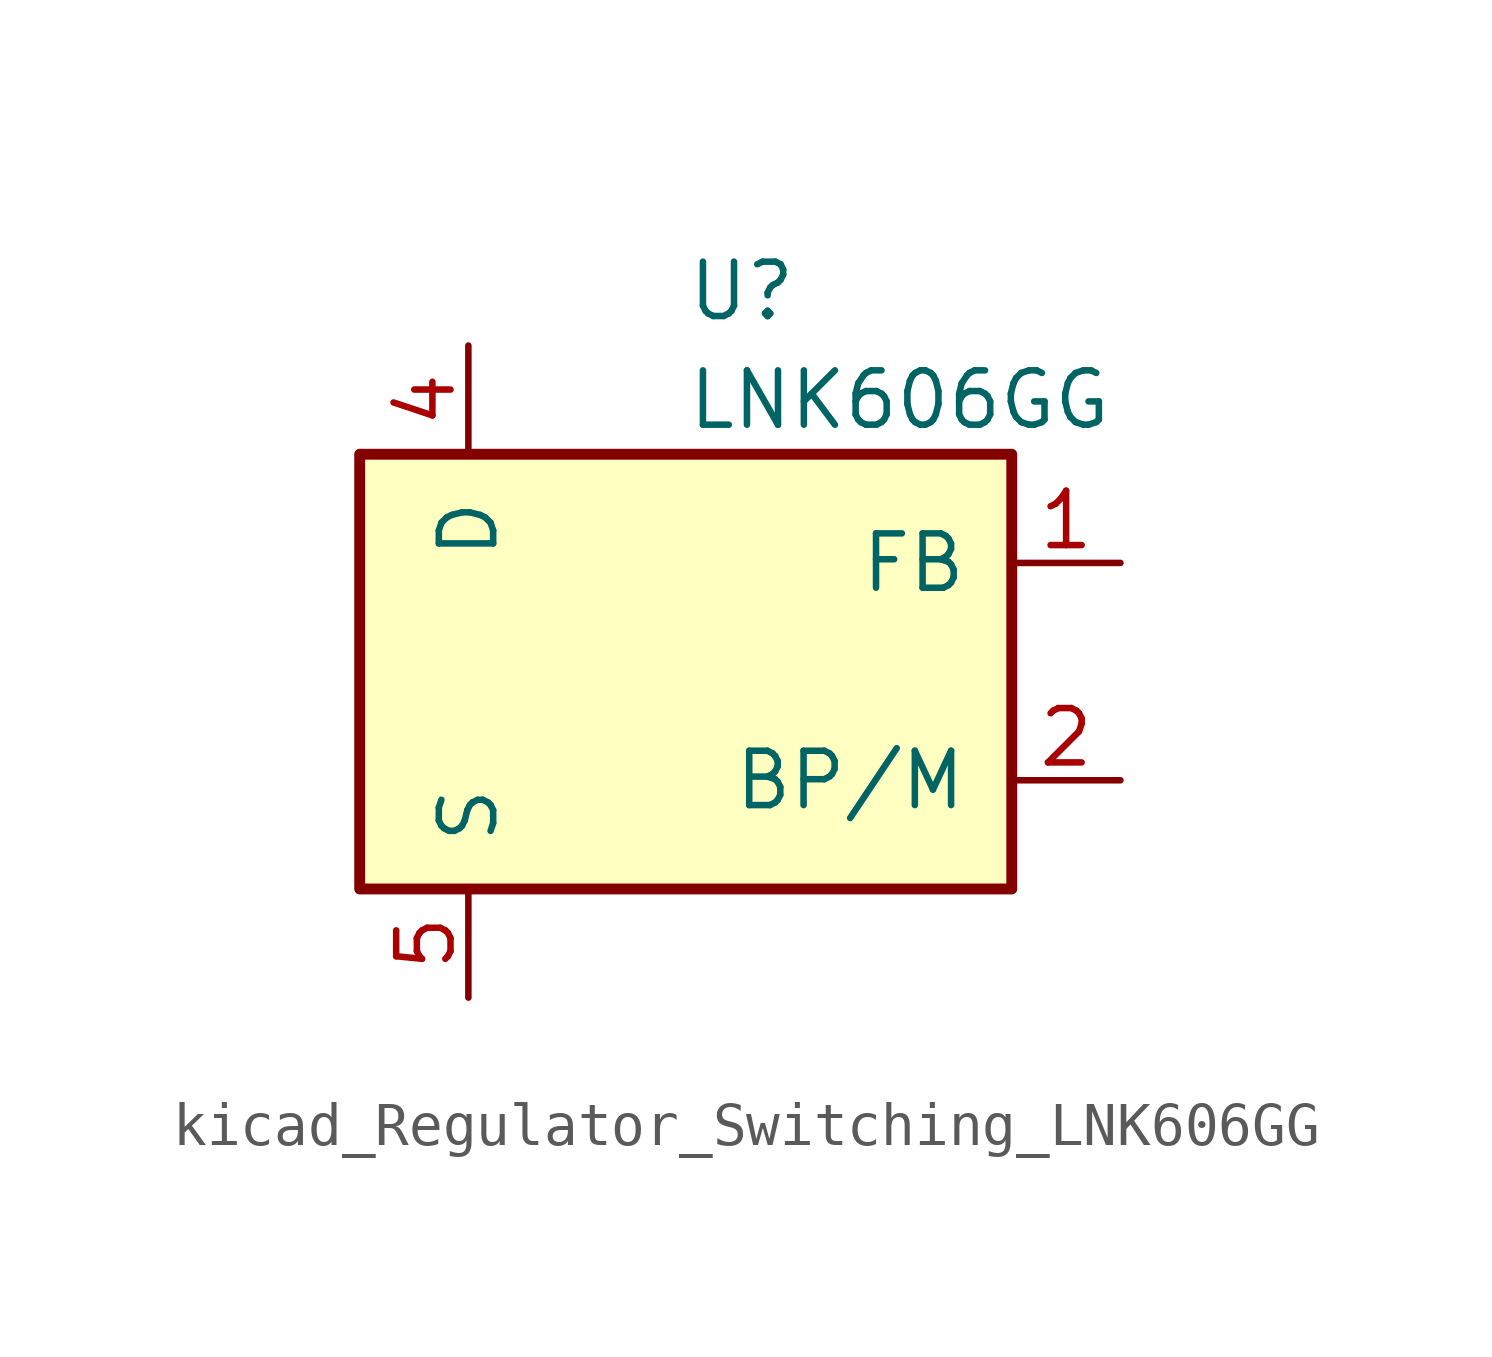
<source format=kicad_sym>
(kicad_symbol_lib
  (version 20220914)
  (generator kicad_symbol_editor)
  (symbol "kicad_Regulator_Switching_LNK606GG"
    (pin_names
      (offset 1.016))
    (property "Reference" "U"
      (at 0 8.89 0)
      (effects (font (size 1.27 1.27)) (justify left)))
    (property "Value" "LNK606GG"
      (at 0 6.35 0)
      (effects (font (size 1.27 1.27)) (justify left)))
    (symbol "kicad_Regulator_Switching_LNK606GG_0_1"
      (rectangle (start -7.62 5.08) (end 7.62 -5.08) (stroke (width 0.254) (type default)) (fill (type background))))
    (symbol "kicad_Regulator_Switching_LNK606GG_1_1"
      (pin input line (at 10.16 2.54 180) (length 2.54) (name "FB" (effects (font (size 1.27 1.27)))) (number "1" (effects (font (size 1.27 1.27)))))
      (pin input line (at 10.16 -2.54 180) (length 2.54) (name "BP/M" (effects (font (size 1.27 1.27)))) (number "2" (effects (font (size 1.27 1.27)))))
      (pin open_collector line (at -5.08 7.62 270) (length 2.54) (name "D" (effects (font (size 1.27 1.27)))) (number "4" (effects (font (size 1.27 1.27)))))
      (pin power_in line (at -5.08 -7.62 90) (length 2.54) (name "S" (effects (font (size 1.27 1.27)))) (number "5" (effects (font (size 1.27 1.27)))))
      (pin passive line (at -5.08 -7.62 90) (length 2.54) hide (name "S" (effects (font (size 1.27 1.27)))) (number "6" (effects (font (size 1.27 1.27)))))
      (pin passive line (at -5.08 -7.62 90) (length 2.54) hide (name "S" (effects (font (size 1.27 1.27)))) (number "7" (effects (font (size 1.27 1.27)))))
      (pin passive line (at -5.08 -7.62 90) (length 2.54) hide (name "S" (effects (font (size 1.27 1.27)))) (number "8" (effects (font (size 1.27 1.27))))))))
</source>
